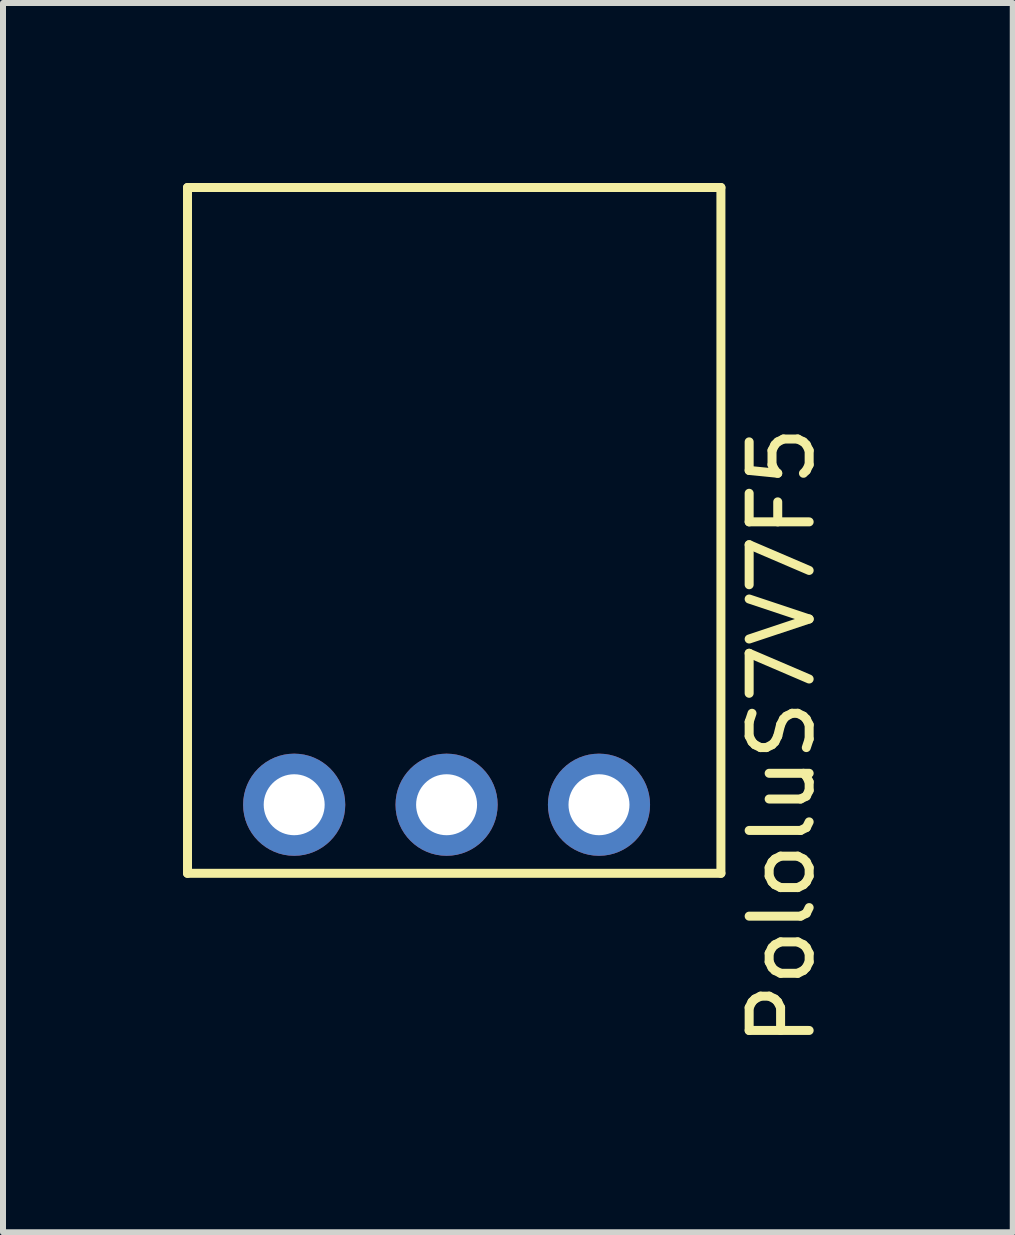
<source format=kicad_pcb>
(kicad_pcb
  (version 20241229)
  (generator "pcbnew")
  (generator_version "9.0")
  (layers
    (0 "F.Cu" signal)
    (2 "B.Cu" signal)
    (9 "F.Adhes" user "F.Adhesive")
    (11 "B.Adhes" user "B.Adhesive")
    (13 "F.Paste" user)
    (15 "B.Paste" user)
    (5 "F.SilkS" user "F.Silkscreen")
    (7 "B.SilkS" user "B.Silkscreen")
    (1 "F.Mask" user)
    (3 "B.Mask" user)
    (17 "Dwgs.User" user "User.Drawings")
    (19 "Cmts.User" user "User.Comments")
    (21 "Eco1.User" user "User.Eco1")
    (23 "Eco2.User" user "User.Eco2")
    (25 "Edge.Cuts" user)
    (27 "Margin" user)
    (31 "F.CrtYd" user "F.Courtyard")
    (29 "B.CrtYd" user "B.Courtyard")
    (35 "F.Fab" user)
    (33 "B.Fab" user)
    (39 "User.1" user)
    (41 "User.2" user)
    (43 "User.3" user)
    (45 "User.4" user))
  (footprint "PololuS7V7F5"
    (layer "F.Cu")
    (at 4.393 5.917)
    (property "Reference" "PololuS7V7F5" (at 5.588 3.302 90) (layer "F.SilkS") (effects (font (size 1 1) (thickness 0.15))))
    (attr through_hole)
    (fp_line (start -4.318 -5.842) (end 4.572 -5.842) (stroke (width 0.15) (type solid)) (layer "F.SilkS"))
    (fp_line (start -4.318 5.588) (end -4.318 -5.842) (stroke (width 0.15) (type solid)) (layer "F.SilkS"))
    (fp_line (start 4.572 -5.842) (end 4.572 5.588) (stroke (width 0.15) (type solid)) (layer "F.SilkS"))
    (fp_line (start 4.572 5.588) (end -4.318 5.588) (stroke (width 0.15) (type solid)) (layer "F.SilkS"))
    (pad "3" thru_hole circle (at -2.54 4.445) (size 1.702 1.702) (drill 1.016) (layers "*.Cu" "*.Mask"))
    (pad "3" thru_hole circle (at 0 4.445) (size 1.702 1.702) (drill 1.016) (layers "*.Cu" "*.Mask"))
    (pad "3" thru_hole circle (at 2.54 4.445) (size 1.702 1.702) (drill 1.016) (layers "*.Cu" "*.Mask")))
  (gr_rect
    (start -3 -3)
    (end 13.829 17.487)
    (stroke (width 0.1) (type default))
    (fill no)
    (layer "Edge.Cuts")))
</source>
